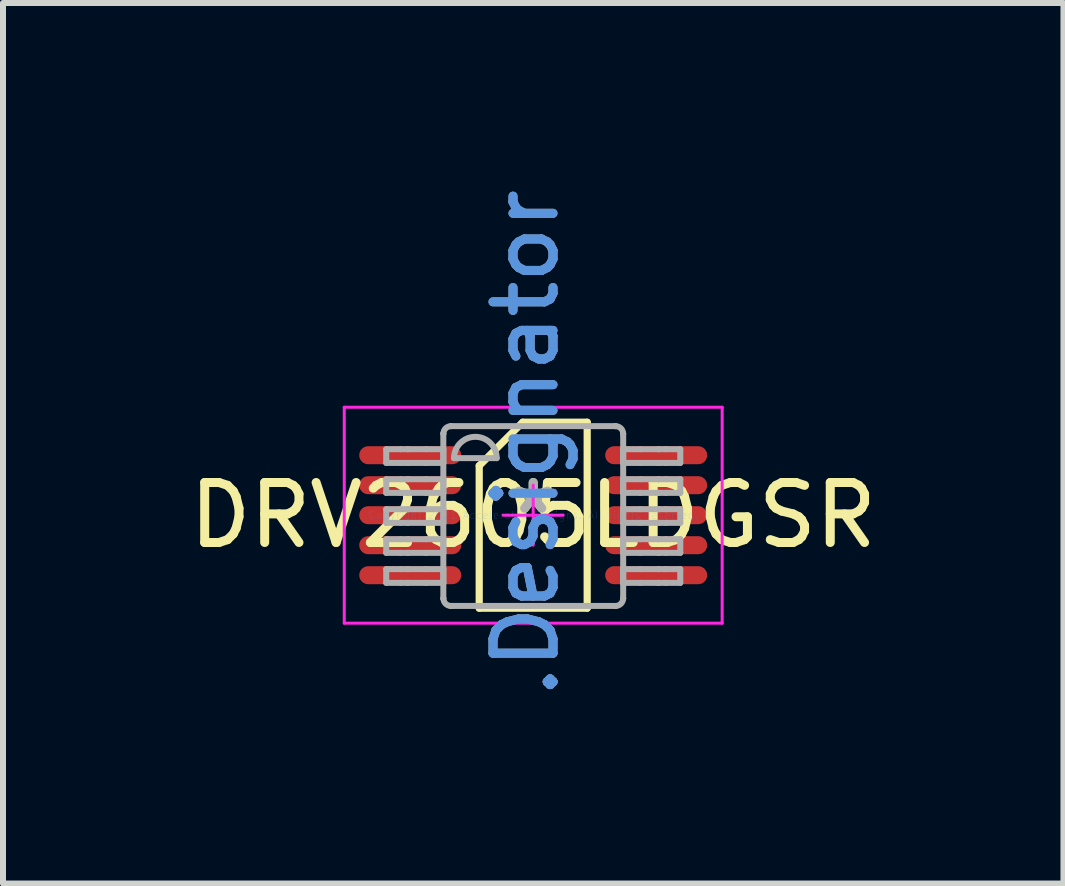
<source format=kicad_pcb>
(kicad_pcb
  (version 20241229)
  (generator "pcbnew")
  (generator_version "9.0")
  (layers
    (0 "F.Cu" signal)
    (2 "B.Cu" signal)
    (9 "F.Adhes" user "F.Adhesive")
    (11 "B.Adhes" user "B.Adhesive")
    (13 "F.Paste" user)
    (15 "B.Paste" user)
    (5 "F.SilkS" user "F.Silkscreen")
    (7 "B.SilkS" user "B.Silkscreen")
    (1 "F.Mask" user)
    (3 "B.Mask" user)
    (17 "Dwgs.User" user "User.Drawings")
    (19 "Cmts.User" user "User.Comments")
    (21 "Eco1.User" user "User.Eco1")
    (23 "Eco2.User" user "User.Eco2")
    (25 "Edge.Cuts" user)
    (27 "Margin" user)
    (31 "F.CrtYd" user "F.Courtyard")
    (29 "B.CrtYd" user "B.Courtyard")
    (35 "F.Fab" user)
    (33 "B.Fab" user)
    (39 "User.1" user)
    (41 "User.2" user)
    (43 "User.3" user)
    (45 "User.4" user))
  (footprint "DRV2605LDGSR"
    (layer "F.Cu")
    (at 5.839 5.539)
    (property "Reference" "DRV2605LDGSR" (at 0 0 0) (layer "F.SilkS") (effects (font (size 1 1) (thickness 0.15))))
    (attr through_hole)
    (fp_line (start -0.9 -0.825) (end -0.175 -1.55) (stroke (width 0.12) (type solid)) (layer "F.SilkS"))
    (fp_line (start -0.9 1.55) (end -0.9 -0.825) (stroke (width 0.12) (type solid)) (layer "F.SilkS"))
    (fp_line (start -0.9 1.55) (end 0.9 1.55) (stroke (width 0.12) (type solid)) (layer "F.SilkS"))
    (fp_line (start -0.175 -1.55) (end 0.9 -1.55) (stroke (width 0.12) (type solid)) (layer "F.SilkS"))
    (fp_line (start 0.9 1.55) (end 0.9 -1.55) (stroke (width 0.12) (type solid)) (layer "F.SilkS"))
    (fp_line (start -3.15 -1.8) (end 3.15 -1.8) (stroke (width 0.05) (type solid)) (layer "F.CrtYd"))
    (fp_line (start -3.15 1.8) (end -3.15 -1.8) (stroke (width 0.05) (type solid)) (layer "F.CrtYd"))
    (fp_line (start -3.15 1.8) (end 3.15 1.8) (stroke (width 0.05) (type solid)) (layer "F.CrtYd"))
    (fp_line (start -0.5 0) (end 0.5 0) (stroke (width 0.05) (type solid)) (layer "F.CrtYd"))
    (fp_line (start 0.000003 0.5) (end 0.000003 -0.5) (stroke (width 0.05) (type solid)) (layer "F.CrtYd"))
    (fp_line (start 3.15 1.8) (end 3.15 -1.8) (stroke (width 0.05) (type solid)) (layer "F.CrtYd"))
    (fp_line (start -2.45 -1.1) (end -2.21 -1.1) (stroke (width 0.1) (type solid)) (layer "F.Fab"))
    (fp_line (start -2.45 -0.871) (end -2.45 -1.1) (stroke (width 0.1) (type solid)) (layer "F.Fab"))
    (fp_line (start -2.45 -0.871) (end -2.21 -0.871) (stroke (width 0.1) (type solid)) (layer "F.Fab"))
    (fp_line (start -2.45 -0.6) (end -2.21 -0.6) (stroke (width 0.1) (type solid)) (layer "F.Fab"))
    (fp_line (start -2.45 -0.372) (end -2.45 -0.6) (stroke (width 0.1) (type solid)) (layer "F.Fab"))
    (fp_line (start -2.45 -0.372) (end -2.21 -0.372) (stroke (width 0.1) (type solid)) (layer "F.Fab"))
    (fp_line (start -2.45 -0.1) (end -2.21 -0.1) (stroke (width 0.1) (type solid)) (layer "F.Fab"))
    (fp_line (start -2.45 0.128) (end -2.45 -0.1) (stroke (width 0.1) (type solid)) (layer "F.Fab"))
    (fp_line (start -2.45 0.128) (end -2.21 0.128) (stroke (width 0.1) (type solid)) (layer "F.Fab"))
    (fp_line (start -2.45 0.4) (end -2.21 0.4) (stroke (width 0.1) (type solid)) (layer "F.Fab"))
    (fp_line (start -2.45 0.628) (end -2.45 0.4) (stroke (width 0.1) (type solid)) (layer "F.Fab"))
    (fp_line (start -2.45 0.628) (end -2.21 0.628) (stroke (width 0.1) (type solid)) (layer "F.Fab"))
    (fp_line (start -2.45 0.899) (end -2.21 0.899) (stroke (width 0.1) (type solid)) (layer "F.Fab"))
    (fp_line (start -2.45 1.128) (end -2.45 0.899) (stroke (width 0.1) (type solid)) (layer "F.Fab"))
    (fp_line (start -2.45 1.128) (end -2.21 1.128) (stroke (width 0.1) (type solid)) (layer "F.Fab"))
    (fp_line (start -2.21 -1.1) (end -2.09 -1.1) (stroke (width 0.1) (type solid)) (layer "F.Fab"))
    (fp_line (start -2.21 -0.871) (end -2.09 -0.871) (stroke (width 0.1) (type solid)) (layer "F.Fab"))
    (fp_line (start -2.21 -0.6) (end -2.09 -0.6) (stroke (width 0.1) (type solid)) (layer "F.Fab"))
    (fp_line (start -2.21 -0.372) (end -2.09 -0.372) (stroke (width 0.1) (type solid)) (layer "F.Fab"))
    (fp_line (start -2.21 -0.1) (end -2.09 -0.1) (stroke (width 0.1) (type solid)) (layer "F.Fab"))
    (fp_line (start -2.21 0.128) (end -2.09 0.128) (stroke (width 0.1) (type solid)) (layer "F.Fab"))
    (fp_line (start -2.21 0.4) (end -2.09 0.4) (stroke (width 0.1) (type solid)) (layer "F.Fab"))
    (fp_line (start -2.21 0.628) (end -2.09 0.628) (stroke (width 0.1) (type solid)) (layer "F.Fab"))
    (fp_line (start -2.21 0.899) (end -2.09 0.899) (stroke (width 0.1) (type solid)) (layer "F.Fab"))
    (fp_line (start -2.21 1.128) (end -2.09 1.128) (stroke (width 0.1) (type solid)) (layer "F.Fab"))
    (fp_line (start -2.09 -1.1) (end -2.087 -1.1) (stroke (width 0.1) (type solid)) (layer "F.Fab"))
    (fp_line (start -2.09 -0.871) (end -2.087 -0.871) (stroke (width 0.1) (type solid)) (layer "F.Fab"))
    (fp_line (start -2.09 -0.6) (end -2.087 -0.6) (stroke (width 0.1) (type solid)) (layer "F.Fab"))
    (fp_line (start -2.09 -0.372) (end -2.087 -0.372) (stroke (width 0.1) (type solid)) (layer "F.Fab"))
    (fp_line (start -2.09 -0.1) (end -2.087 -0.1) (stroke (width 0.1) (type solid)) (layer "F.Fab"))
    (fp_line (start -2.09 0.128) (end -2.087 0.128) (stroke (width 0.1) (type solid)) (layer "F.Fab"))
    (fp_line (start -2.09 0.4) (end -2.087 0.4) (stroke (width 0.1) (type solid)) (layer "F.Fab"))
    (fp_line (start -2.09 0.628) (end -2.087 0.628) (stroke (width 0.1) (type solid)) (layer "F.Fab"))
    (fp_line (start -2.09 0.899) (end -2.087 0.899) (stroke (width 0.1) (type solid)) (layer "F.Fab"))
    (fp_line (start -2.09 1.128) (end -2.087 1.128) (stroke (width 0.1) (type solid)) (layer "F.Fab"))
    (fp_line (start -2.087 -1.1) (end -1.784 -1.1) (stroke (width 0.1) (type solid)) (layer "F.Fab"))
    (fp_line (start -2.087 -0.871) (end -1.784 -0.871) (stroke (width 0.1) (type solid)) (layer "F.Fab"))
    (fp_line (start -2.087 -0.6) (end -1.784 -0.6) (stroke (width 0.1) (type solid)) (layer "F.Fab"))
    (fp_line (start -2.087 -0.372) (end -1.784 -0.372) (stroke (width 0.1) (type solid)) (layer "F.Fab"))
    (fp_line (start -2.087 -0.1) (end -1.784 -0.1) (stroke (width 0.1) (type solid)) (layer "F.Fab"))
    (fp_line (start -2.087 0.128) (end -1.784 0.128) (stroke (width 0.1) (type solid)) (layer "F.Fab"))
    (fp_line (start -2.087 0.4) (end -1.784 0.4) (stroke (width 0.1) (type solid)) (layer "F.Fab"))
    (fp_line (start -2.087 0.628) (end -1.784 0.628) (stroke (width 0.1) (type solid)) (layer "F.Fab"))
    (fp_line (start -2.087 0.899) (end -1.784 0.899) (stroke (width 0.1) (type solid)) (layer "F.Fab"))
    (fp_line (start -2.087 1.128) (end -1.784 1.128) (stroke (width 0.1) (type solid)) (layer "F.Fab"))
    (fp_line (start -1.784 -1.1) (end -1.498 -1.1) (stroke (width 0.1) (type solid)) (layer "F.Fab"))
    (fp_line (start -1.784 -0.871) (end -1.498 -0.871) (stroke (width 0.1) (type solid)) (layer "F.Fab"))
    (fp_line (start -1.784 -0.6) (end -1.498 -0.6) (stroke (width 0.1) (type solid)) (layer "F.Fab"))
    (fp_line (start -1.784 -0.372) (end -1.498 -0.372) (stroke (width 0.1) (type solid)) (layer "F.Fab"))
    (fp_line (start -1.784 -0.1) (end -1.498 -0.1) (stroke (width 0.1) (type solid)) (layer "F.Fab"))
    (fp_line (start -1.784 0.128) (end -1.498 0.128) (stroke (width 0.1) (type solid)) (layer "F.Fab"))
    (fp_line (start -1.784 0.4) (end -1.498 0.4) (stroke (width 0.1) (type solid)) (layer "F.Fab"))
    (fp_line (start -1.784 0.628) (end -1.498 0.628) (stroke (width 0.1) (type solid)) (layer "F.Fab"))
    (fp_line (start -1.784 0.899) (end -1.498 0.899) (stroke (width 0.1) (type solid)) (layer "F.Fab"))
    (fp_line (start -1.784 1.128) (end -1.498 1.128) (stroke (width 0.1) (type solid)) (layer "F.Fab"))
    (fp_line (start -1.498 -1.358) (end -1.497 -1.36) (stroke (width 0.1) (type solid)) (layer "F.Fab"))
    (fp_line (start -1.498 -0.871) (end -1.498 -1.1) (stroke (width 0.1) (type solid)) (layer "F.Fab"))
    (fp_line (start -1.498 -0.372) (end -1.498 -0.6) (stroke (width 0.1) (type solid)) (layer "F.Fab"))
    (fp_line (start -1.498 0.128) (end -1.498 -0.1) (stroke (width 0.1) (type solid)) (layer "F.Fab"))
    (fp_line (start -1.498 0.628) (end -1.498 0.4) (stroke (width 0.1) (type solid)) (layer "F.Fab"))
    (fp_line (start -1.498 1.128) (end -1.498 0.899) (stroke (width 0.1) (type solid)) (layer "F.Fab"))
    (fp_line (start -1.498 1.386) (end -1.498 -1.358) (stroke (width 0.1) (type solid)) (layer "F.Fab"))
    (fp_line (start -1.498 1.386) (end -1.497 1.388) (stroke (width 0.1) (type solid)) (layer "F.Fab"))
    (fp_line (start -1.373 -1.485) (end -1.371 -1.485) (stroke (width 0.1) (type solid)) (layer "F.Fab"))
    (fp_line (start -1.373 1.513) (end -1.371 1.513) (stroke (width 0.1) (type solid)) (layer "F.Fab"))
    (fp_line (start -1.371 -1.485) (end 1.373 -1.485) (stroke (width 0.1) (type solid)) (layer "F.Fab"))
    (fp_line (start -1.371 1.513) (end 1.373 1.513) (stroke (width 0.1) (type solid)) (layer "F.Fab"))
    (fp_line (start -1.32 -0.951) (end -0.609 -0.951) (stroke (width 0.1) (type solid)) (layer "F.Fab"))
    (fp_line (start 1.373 -1.485) (end 1.375 -1.485) (stroke (width 0.1) (type solid)) (layer "F.Fab"))
    (fp_line (start 1.373 1.513) (end 1.375 1.513) (stroke (width 0.1) (type solid)) (layer "F.Fab"))
    (fp_line (start 1.5 -1.36) (end 1.5 -1.358) (stroke (width 0.1) (type solid)) (layer "F.Fab"))
    (fp_line (start 1.5 1.388) (end 1.5 1.386) (stroke (width 0.1) (type solid)) (layer "F.Fab"))
    (fp_line (start 1.5 -1.1) (end 1.786 -1.1) (stroke (width 0.1) (type solid)) (layer "F.Fab"))
    (fp_line (start 1.5 -0.871) (end 1.5 -1.1) (stroke (width 0.1) (type solid)) (layer "F.Fab"))
    (fp_line (start 1.5 -0.871) (end 1.786 -0.871) (stroke (width 0.1) (type solid)) (layer "F.Fab"))
    (fp_line (start 1.5 -0.6) (end 1.786 -0.6) (stroke (width 0.1) (type solid)) (layer "F.Fab"))
    (fp_line (start 1.5 -0.372) (end 1.5 -0.6) (stroke (width 0.1) (type solid)) (layer "F.Fab"))
    (fp_line (start 1.5 -0.372) (end 1.786 -0.372) (stroke (width 0.1) (type solid)) (layer "F.Fab"))
    (fp_line (start 1.5 -0.1) (end 1.786 -0.1) (stroke (width 0.1) (type solid)) (layer "F.Fab"))
    (fp_line (start 1.5 0.128) (end 1.5 -0.1) (stroke (width 0.1) (type solid)) (layer "F.Fab"))
    (fp_line (start 1.5 0.128) (end 1.786 0.128) (stroke (width 0.1) (type solid)) (layer "F.Fab"))
    (fp_line (start 1.5 0.4) (end 1.786 0.4) (stroke (width 0.1) (type solid)) (layer "F.Fab"))
    (fp_line (start 1.5 0.628) (end 1.5 0.4) (stroke (width 0.1) (type solid)) (layer "F.Fab"))
    (fp_line (start 1.5 0.628) (end 1.786 0.628) (stroke (width 0.1) (type solid)) (layer "F.Fab"))
    (fp_line (start 1.5 0.899) (end 1.786 0.899) (stroke (width 0.1) (type solid)) (layer "F.Fab"))
    (fp_line (start 1.5 1.128) (end 1.5 0.899) (stroke (width 0.1) (type solid)) (layer "F.Fab"))
    (fp_line (start 1.5 1.128) (end 1.786 1.128) (stroke (width 0.1) (type solid)) (layer "F.Fab"))
    (fp_line (start 1.5 1.386) (end 1.5 -1.358) (stroke (width 0.1) (type solid)) (layer "F.Fab"))
    (fp_line (start 1.786 -1.1) (end 2.089 -1.1) (stroke (width 0.1) (type solid)) (layer "F.Fab"))
    (fp_line (start 1.786 -0.871) (end 2.089 -0.871) (stroke (width 0.1) (type solid)) (layer "F.Fab"))
    (fp_line (start 1.786 -0.6) (end 2.089 -0.6) (stroke (width 0.1) (type solid)) (layer "F.Fab"))
    (fp_line (start 1.786 -0.372) (end 2.089 -0.372) (stroke (width 0.1) (type solid)) (layer "F.Fab"))
    (fp_line (start 1.786 -0.1) (end 2.089 -0.1) (stroke (width 0.1) (type solid)) (layer "F.Fab"))
    (fp_line (start 1.786 0.128) (end 2.089 0.128) (stroke (width 0.1) (type solid)) (layer "F.Fab"))
    (fp_line (start 1.786 0.4) (end 2.089 0.4) (stroke (width 0.1) (type solid)) (layer "F.Fab"))
    (fp_line (start 1.786 0.628) (end 2.089 0.628) (stroke (width 0.1) (type solid)) (layer "F.Fab"))
    (fp_line (start 1.786 0.899) (end 2.089 0.899) (stroke (width 0.1) (type solid)) (layer "F.Fab"))
    (fp_line (start 1.786 1.128) (end 2.089 1.128) (stroke (width 0.1) (type solid)) (layer "F.Fab"))
    (fp_line (start 2.089 -1.1) (end 2.093 -1.1) (stroke (width 0.1) (type solid)) (layer "F.Fab"))
    (fp_line (start 2.089 -0.871) (end 2.093 -0.871) (stroke (width 0.1) (type solid)) (layer "F.Fab"))
    (fp_line (start 2.089 -0.6) (end 2.093 -0.6) (stroke (width 0.1) (type solid)) (layer "F.Fab"))
    (fp_line (start 2.089 -0.372) (end 2.093 -0.372) (stroke (width 0.1) (type solid)) (layer "F.Fab"))
    (fp_line (start 2.089 -0.1) (end 2.093 -0.1) (stroke (width 0.1) (type solid)) (layer "F.Fab"))
    (fp_line (start 2.089 0.128) (end 2.093 0.128) (stroke (width 0.1) (type solid)) (layer "F.Fab"))
    (fp_line (start 2.089 0.4) (end 2.093 0.4) (stroke (width 0.1) (type solid)) (layer "F.Fab"))
    (fp_line (start 2.089 0.628) (end 2.093 0.628) (stroke (width 0.1) (type solid)) (layer "F.Fab"))
    (fp_line (start 2.089 0.899) (end 2.093 0.899) (stroke (width 0.1) (type solid)) (layer "F.Fab"))
    (fp_line (start 2.089 1.128) (end 2.093 1.128) (stroke (width 0.1) (type solid)) (layer "F.Fab"))
    (fp_line (start 2.093 -1.1) (end 2.213 -1.1) (stroke (width 0.1) (type solid)) (layer "F.Fab"))
    (fp_line (start 2.093 -0.871) (end 2.213 -0.871) (stroke (width 0.1) (type solid)) (layer "F.Fab"))
    (fp_line (start 2.093 -0.6) (end 2.213 -0.6) (stroke (width 0.1) (type solid)) (layer "F.Fab"))
    (fp_line (start 2.093 -0.372) (end 2.213 -0.372) (stroke (width 0.1) (type solid)) (layer "F.Fab"))
    (fp_line (start 2.093 -0.1) (end 2.213 -0.1) (stroke (width 0.1) (type solid)) (layer "F.Fab"))
    (fp_line (start 2.093 0.128) (end 2.213 0.128) (stroke (width 0.1) (type solid)) (layer "F.Fab"))
    (fp_line (start 2.093 0.4) (end 2.213 0.4) (stroke (width 0.1) (type solid)) (layer "F.Fab"))
    (fp_line (start 2.093 0.628) (end 2.213 0.628) (stroke (width 0.1) (type solid)) (layer "F.Fab"))
    (fp_line (start 2.093 0.899) (end 2.213 0.899) (stroke (width 0.1) (type solid)) (layer "F.Fab"))
    (fp_line (start 2.093 1.128) (end 2.213 1.128) (stroke (width 0.1) (type solid)) (layer "F.Fab"))
    (fp_line (start 2.213 -1.1) (end 2.452 -1.1) (stroke (width 0.1) (type solid)) (layer "F.Fab"))
    (fp_line (start 2.213 -0.871) (end 2.452 -0.871) (stroke (width 0.1) (type solid)) (layer "F.Fab"))
    (fp_line (start 2.213 -0.6) (end 2.452 -0.6) (stroke (width 0.1) (type solid)) (layer "F.Fab"))
    (fp_line (start 2.213 -0.372) (end 2.452 -0.372) (stroke (width 0.1) (type solid)) (layer "F.Fab"))
    (fp_line (start 2.213 -0.1) (end 2.452 -0.1) (stroke (width 0.1) (type solid)) (layer "F.Fab"))
    (fp_line (start 2.213 0.128) (end 2.452 0.128) (stroke (width 0.1) (type solid)) (layer "F.Fab"))
    (fp_line (start 2.213 0.4) (end 2.452 0.4) (stroke (width 0.1) (type solid)) (layer "F.Fab"))
    (fp_line (start 2.213 0.628) (end 2.452 0.628) (stroke (width 0.1) (type solid)) (layer "F.Fab"))
    (fp_line (start 2.213 0.899) (end 2.452 0.899) (stroke (width 0.1) (type solid)) (layer "F.Fab"))
    (fp_line (start 2.213 1.128) (end 2.452 1.128) (stroke (width 0.1) (type solid)) (layer "F.Fab"))
    (fp_line (start 2.452 -0.871) (end 2.452 -1.1) (stroke (width 0.1) (type solid)) (layer "F.Fab"))
    (fp_line (start 2.452 -0.372) (end 2.452 -0.6) (stroke (width 0.1) (type solid)) (layer "F.Fab"))
    (fp_line (start 2.452 0.128) (end 2.452 -0.1) (stroke (width 0.1) (type solid)) (layer "F.Fab"))
    (fp_line (start 2.452 0.628) (end 2.452 0.4) (stroke (width 0.1) (type solid)) (layer "F.Fab"))
    (fp_line (start 2.452 1.128) (end 2.452 0.899) (stroke (width 0.1) (type solid)) (layer "F.Fab"))
    (fp_arc (start -1.497452 -1.360299) (mid -1.460294 -1.447357) (end -1.373243 -1.484532) (stroke (width 0.1) (type solid)) (layer "F.Fab"))
    (fp_arc (start -1.373244 1.512618) (mid -1.460293 1.475443) (end -1.49745 1.388386) (stroke (width 0.1) (type solid)) (layer "F.Fab"))
    (fp_arc (start -1.3197 -0.951156) (mid -0.9641 -1.306756) (end -0.6085 -0.951156) (stroke (width 0.1) (type solid)) (layer "F.Fab"))
    (fp_arc (start 1.375443 -1.484532) (mid 1.462505 -1.447362) (end 1.499675 -1.360299) (stroke (width 0.1) (type solid)) (layer "F.Fab"))
    (fp_arc (start 1.499675 1.388386) (mid 1.462505 1.475449) (end 1.375443 1.512619) (stroke (width 0.1) (type solid)) (layer "F.Fab"))
    (fp_text user "*" (at 0 0 0) (layer "F.SilkS") (effects (font (size 1 1) (thickness 0.15))))
    (fp_text user ".Designator" (at -0.125 -1.2 270) (layer "Cmts.User") (effects (font (size 1 1) (thickness 0.15))))
    (fp_text user "Copyright 2021 Accelerated Designs. All rights reserved." (at 0 0 0) (layer "Cmts.User") (effects (font (size 0.127 0.127) (thickness 0.002))))
    (fp_text user ".Designator" (at -0.125 -1.2 270) (layer "F.Fab") (effects (font (size 1 1) (thickness 0.15))))
    (fp_text user "*" (at 0 0 0) (layer "F.Fab") (effects (font (size 1 1) (thickness 0.15))))
    (pad "1" smd oval (at -2.05 -1 90) (size 0.3 1.7) (layers "F.Cu" "F.Mask" "F.Paste"))
    (pad "2" smd oval (at -2.05 -0.5 90) (size 0.3 1.7) (layers "F.Cu" "F.Mask" "F.Paste"))
    (pad "3" smd oval (at -2.05 0 90) (size 0.3 1.7) (layers "F.Cu" "F.Mask" "F.Paste"))
    (pad "4" smd oval (at -2.05 0.5 90) (size 0.3 1.7) (layers "F.Cu" "F.Mask" "F.Paste"))
    (pad "5" smd oval (at -2.05 1 90) (size 0.3 1.7) (layers "F.Cu" "F.Mask" "F.Paste"))
    (pad "6" smd oval (at 2.05 1 90) (size 0.3 1.7) (layers "F.Cu" "F.Mask" "F.Paste"))
    (pad "7" smd oval (at 2.05 0.5 90) (size 0.3 1.7) (layers "F.Cu" "F.Mask" "F.Paste"))
    (pad "8" smd oval (at 2.05 0 90) (size 0.3 1.7) (layers "F.Cu" "F.Mask" "F.Paste"))
    (pad "9" smd oval (at 2.05 -0.5 90) (size 0.3 1.7) (layers "F.Cu" "F.Mask" "F.Paste"))
    (pad "10" smd oval (at 2.05 -1 90) (size 0.3 1.7) (layers "F.Cu" "F.Mask" "F.Paste")))
  (gr_rect
    (start -3 -3)
    (end 14.679 11.679)
    (stroke (width 0.1) (type default))
    (fill no)
    (layer "Edge.Cuts")))
</source>
